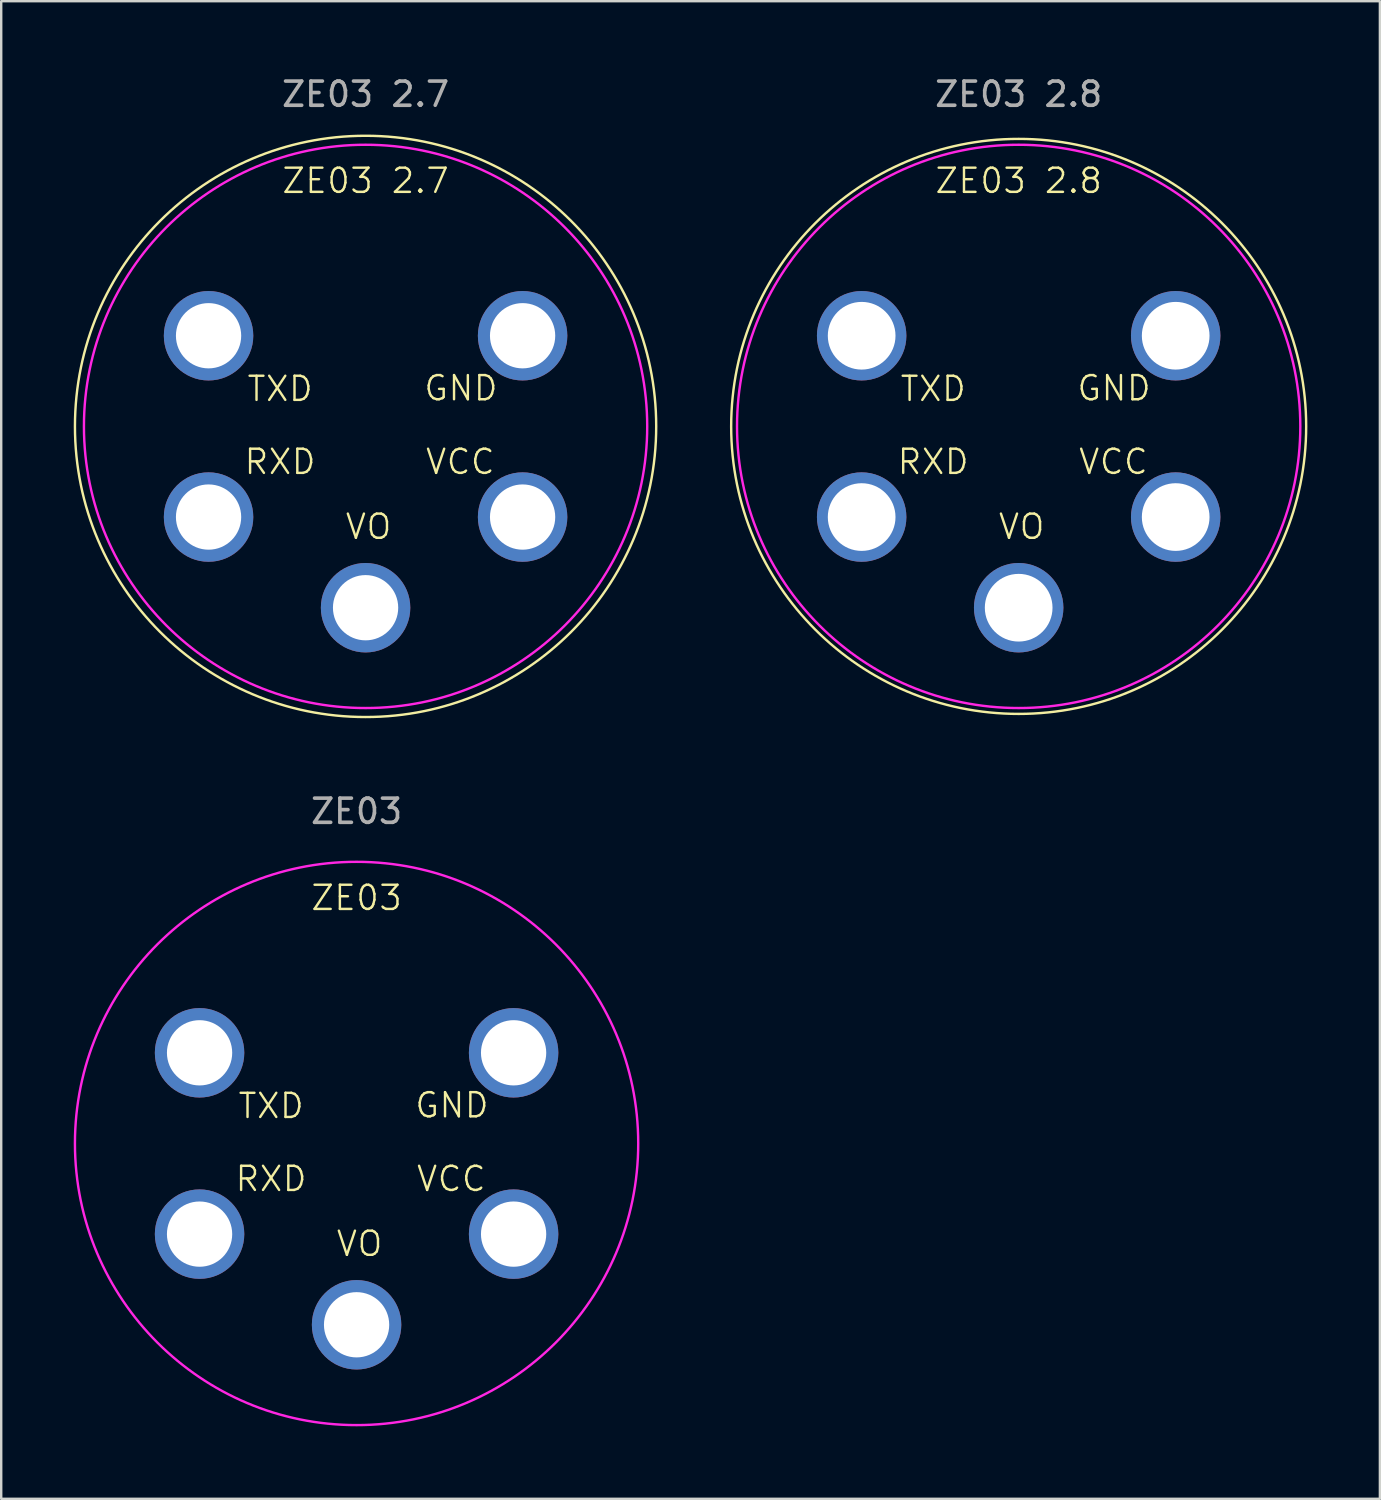
<source format=kicad_pcb>
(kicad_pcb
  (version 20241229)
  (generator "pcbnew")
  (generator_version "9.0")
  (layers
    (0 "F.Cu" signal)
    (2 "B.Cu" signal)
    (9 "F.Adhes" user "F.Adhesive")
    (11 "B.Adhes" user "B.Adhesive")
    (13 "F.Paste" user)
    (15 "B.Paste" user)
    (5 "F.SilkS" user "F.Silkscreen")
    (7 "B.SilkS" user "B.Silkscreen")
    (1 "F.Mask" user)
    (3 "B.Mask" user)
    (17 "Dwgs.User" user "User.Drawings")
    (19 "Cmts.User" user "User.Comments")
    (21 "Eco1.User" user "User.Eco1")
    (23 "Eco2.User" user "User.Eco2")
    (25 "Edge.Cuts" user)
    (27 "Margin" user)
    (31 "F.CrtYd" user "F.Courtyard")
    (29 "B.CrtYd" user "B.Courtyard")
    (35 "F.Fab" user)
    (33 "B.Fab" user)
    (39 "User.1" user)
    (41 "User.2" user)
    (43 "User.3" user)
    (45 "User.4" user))
  (footprint "ZE03 2.8"
    (layer "F.Cu")
    (at 39.087 14.588)
    (property "Reference" "ZE03 2.8" (at 0 -10.16 0) (unlocked yes) (layer "F.SilkS") (effects (font (size 1 1) (thickness 0.1))))
    (attr through_hole)
    (fp_circle (center 0 0) (end 11.892 -0.112) (stroke (width 0.1) (type default)) (fill no) (layer "F.SilkS"))
    (fp_circle (center 0 0) (end 11.65 0) (stroke (width 0.1) (type default)) (fill no) (layer "F.CrtYd"))
    (fp_text user "VCC" (at 2.423 2.05 0) (unlocked yes) (layer "F.SilkS") (effects (font (size 1 1) (thickness 0.1)) (justify left bottom)))
    (fp_text user "VO" (at -0.895 4.734 0) (unlocked yes) (layer "F.SilkS") (effects (font (size 1 1) (thickness 0.1)) (justify left bottom)))
    (fp_text user "TXD" (at -4.958 -0.969 0) (unlocked yes) (layer "F.SilkS") (effects (font (size 1 1) (thickness 0.1)) (justify left bottom)))
    (fp_text user "GND" (at 2.355 -0.996 0) (unlocked yes) (layer "F.SilkS") (effects (font (size 1 1) (thickness 0.1)) (justify left bottom)))
    (fp_text user "RXD" (at -5.08 2.05 0) (unlocked yes) (layer "F.SilkS") (effects (font (size 1 1) (thickness 0.1)) (justify left bottom)))
    (fp_text user "${REFERENCE}" (at 0 -13.74 0) (unlocked yes) (layer "F.Fab") (effects (font (size 1 1) (thickness 0.15))))
    (pad "1" thru_hole circle (at 6.495 -3.75) (size 3.7 3.7) (drill 2.8) (layers "*.Cu" "*.Mask"))
    (pad "2" thru_hole circle (at 6.495 3.75) (size 3.7 3.7) (drill 2.8) (layers "*.Cu" "*.Mask"))
    (pad "3" thru_hole circle (at 0 7.5) (size 3.7 3.7) (drill 2.8) (layers "*.Cu" "*.Mask"))
    (pad "4" thru_hole circle (at -6.495 3.75) (size 3.7 3.7) (drill 2.8) (layers "*.Cu" "*.Mask"))
    (pad "5" thru_hole circle (at -6.495 -3.75) (size 3.7 3.7) (drill 2.8) (layers "*.Cu" "*.Mask")))
  (footprint "ZE03 2.7"
    (layer "F.Cu")
    (at 12.072 14.588)
    (property "Reference" "ZE03 2.7" (at 0 -10.16 0) (unlocked yes) (layer "F.SilkS") (effects (font (size 1 1) (thickness 0.1))))
    (attr through_hole)
    (fp_circle (center 0 0) (end 11.966 1.156) (stroke (width 0.1) (type default)) (fill no) (layer "F.SilkS"))
    (fp_circle (center 0 0) (end 11.65 0) (stroke (width 0.1) (type default)) (fill no) (layer "F.CrtYd"))
    (fp_text user "RXD" (at -5.08 2.05 0) (unlocked yes) (layer "F.SilkS") (effects (font (size 1 1) (thickness 0.1)) (justify left bottom)))
    (fp_text user "VO" (at -0.895 4.734 0) (unlocked yes) (layer "F.SilkS") (effects (font (size 1 1) (thickness 0.1)) (justify left bottom)))
    (fp_text user "TXD" (at -4.958 -0.969 0) (unlocked yes) (layer "F.SilkS") (effects (font (size 1 1) (thickness 0.1)) (justify left bottom)))
    (fp_text user "VCC" (at 2.423 2.05 0) (unlocked yes) (layer "F.SilkS") (effects (font (size 1 1) (thickness 0.1)) (justify left bottom)))
    (fp_text user "GND" (at 2.355 -0.996 0) (unlocked yes) (layer "F.SilkS") (effects (font (size 1 1) (thickness 0.1)) (justify left bottom)))
    (fp_text user "${REFERENCE}" (at 0 -13.74 0) (unlocked yes) (layer "F.Fab") (effects (font (size 1 1) (thickness 0.15))))
    (pad "1" thru_hole circle (at 6.495 -3.75) (size 3.7 3.7) (drill 2.7) (layers "*.Cu" "*.Mask"))
    (pad "2" thru_hole circle (at 6.495 3.75) (size 3.7 3.7) (drill 2.7) (layers "*.Cu" "*.Mask"))
    (pad "3" thru_hole circle (at 0 7.5) (size 3.7 3.7) (drill 2.7) (layers "*.Cu" "*.Mask"))
    (pad "4" thru_hole circle (at -6.495 3.75) (size 3.7 3.7) (drill 2.7) (layers "*.Cu" "*.Mask"))
    (pad "5" thru_hole circle (at -6.495 -3.75) (size 3.7 3.7) (drill 2.7) (layers "*.Cu" "*.Mask")))
  (footprint "ZE03"
    (layer "F.Cu")
    (at 11.7 44.249)
    (property "Reference" "ZE03" (at 0 -10.16 0) (unlocked yes) (layer "F.SilkS") (effects (font (size 1 1) (thickness 0.1))))
    (attr through_hole)
    (fp_circle (center 0 0) (end 11.65 0) (stroke (width 0.1) (type default)) (fill no) (layer "F.CrtYd"))
    (fp_text user "GND" (at 2.355 -0.996 0) (unlocked yes) (layer "F.SilkS") (effects (font (size 1 1) (thickness 0.1)) (justify left bottom)))
    (fp_text user "RXD" (at -5.08 2.05 0) (unlocked yes) (layer "F.SilkS") (effects (font (size 1 1) (thickness 0.1)) (justify left bottom)))
    (fp_text user "VCC" (at 2.423 2.05 0) (unlocked yes) (layer "F.SilkS") (effects (font (size 1 1) (thickness 0.1)) (justify left bottom)))
    (fp_text user "TXD" (at -4.958 -0.969 0) (unlocked yes) (layer "F.SilkS") (effects (font (size 1 1) (thickness 0.1)) (justify left bottom)))
    (fp_text user "VO" (at -0.895 4.734 0) (unlocked yes) (layer "F.SilkS") (effects (font (size 1 1) (thickness 0.1)) (justify left bottom)))
    (fp_text user "${REFERENCE}" (at 0 -13.74 0) (unlocked yes) (layer "F.Fab") (effects (font (size 1 1) (thickness 0.15))))
    (pad "1" thru_hole circle (at 6.495 -3.75) (size 3.7 3.7) (drill 2.7) (layers "*.Cu" "*.Mask"))
    (pad "2" thru_hole circle (at 6.495 3.75) (size 3.7 3.7) (drill 2.7) (layers "*.Cu" "*.Mask"))
    (pad "3" thru_hole circle (at 0 7.5) (size 3.7 3.7) (drill 2.7) (layers "*.Cu" "*.Mask"))
    (pad "4" thru_hole circle (at -6.495 3.75) (size 3.7 3.7) (drill 2.7) (layers "*.Cu" "*.Mask"))
    (pad "5" thru_hole circle (at -6.495 -3.75) (size 3.7 3.7) (drill 2.7) (layers "*.Cu" "*.Mask")))
  (gr_rect
    (start -3 -3)
    (end 54.029 58.949)
    (stroke (width 0.1) (type default))
    (fill no)
    (layer "Edge.Cuts")))
</source>
